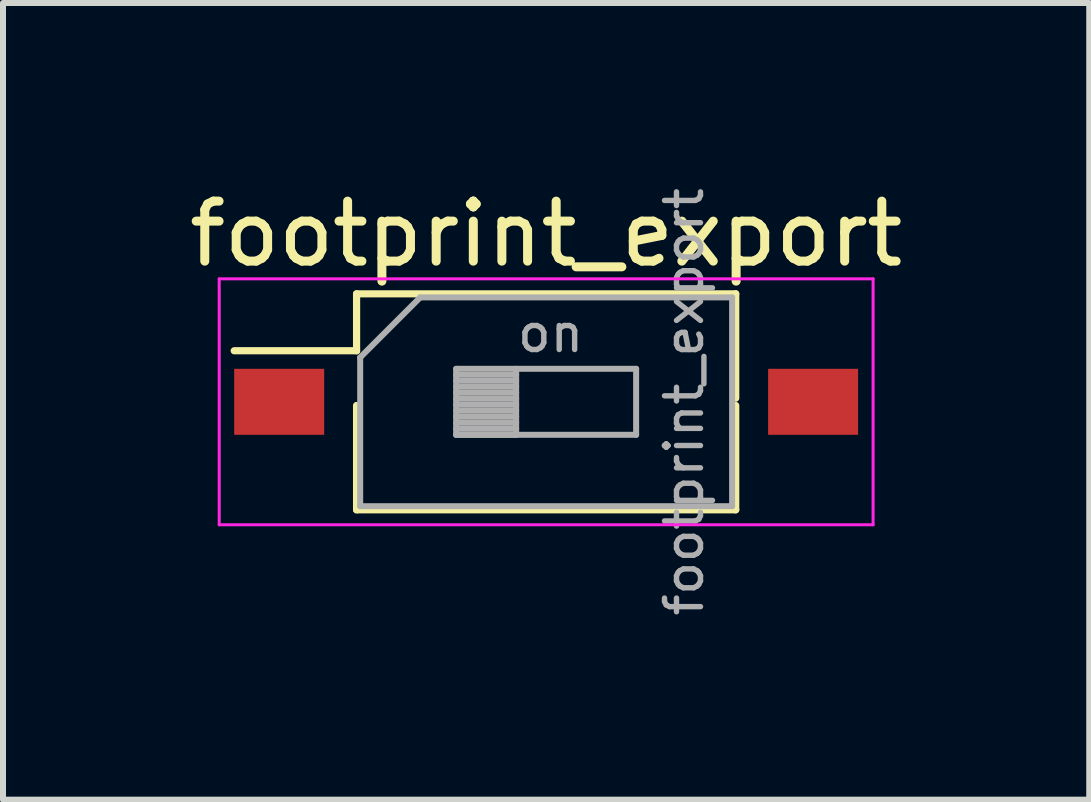
<source format=kicad_pcb>
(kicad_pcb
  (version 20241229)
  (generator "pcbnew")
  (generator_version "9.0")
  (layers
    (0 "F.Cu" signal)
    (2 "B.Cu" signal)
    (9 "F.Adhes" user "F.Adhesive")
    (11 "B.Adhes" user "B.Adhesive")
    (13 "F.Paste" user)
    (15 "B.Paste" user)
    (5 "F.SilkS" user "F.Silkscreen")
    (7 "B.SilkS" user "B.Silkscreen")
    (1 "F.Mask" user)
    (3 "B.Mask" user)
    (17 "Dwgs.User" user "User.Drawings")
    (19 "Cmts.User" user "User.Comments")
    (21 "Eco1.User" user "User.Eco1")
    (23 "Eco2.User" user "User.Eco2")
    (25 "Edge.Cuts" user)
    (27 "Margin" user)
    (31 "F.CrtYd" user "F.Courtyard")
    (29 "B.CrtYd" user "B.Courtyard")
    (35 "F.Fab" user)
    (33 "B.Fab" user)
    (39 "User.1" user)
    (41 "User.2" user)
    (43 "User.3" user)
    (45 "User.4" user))
  (footprint "footprint_export"
    (layer "F.Cu")
    (at 6.054 3.648)
    (property "Reference" "footprint_export" (at 0 -2.8 0) (layer "F.SilkS") (effects (font (size 1 1) (thickness 0.15))))
    (attr smd)
    (fp_line (start -5.2 -0.851) (end -3.16 -0.851) (stroke (width 0.12) (type solid)) (layer "F.SilkS"))
    (fp_line (start -3.16 -1.8) (end -3.16 -0.851) (stroke (width 0.12) (type solid)) (layer "F.SilkS"))
    (fp_line (start -3.16 -1.8) (end 3.16 -1.8) (stroke (width 0.12) (type solid)) (layer "F.SilkS"))
    (fp_line (start -3.16 0.061) (end -3.16 1.8) (stroke (width 0.12) (type solid)) (layer "F.SilkS"))
    (fp_line (start -3.16 1.8) (end 3.16 1.8) (stroke (width 0.12) (type solid)) (layer "F.SilkS"))
    (fp_line (start 3.16 -1.8) (end 3.16 -0.061) (stroke (width 0.12) (type solid)) (layer "F.SilkS"))
    (fp_line (start 3.16 0.061) (end 3.16 1.8) (stroke (width 0.12) (type solid)) (layer "F.SilkS"))
    (fp_line (start -5.45 -2.05) (end -5.45 2.05) (stroke (width 0.05) (type solid)) (layer "F.CrtYd"))
    (fp_line (start -5.45 2.05) (end 5.45 2.05) (stroke (width 0.05) (type solid)) (layer "F.CrtYd"))
    (fp_line (start 5.45 -2.05) (end -5.45 -2.05) (stroke (width 0.05) (type solid)) (layer "F.CrtYd"))
    (fp_line (start 5.45 2.05) (end 5.45 -2.05) (stroke (width 0.05) (type solid)) (layer "F.CrtYd"))
    (fp_line (start -3.1 -0.74) (end -2.1 -1.74) (stroke (width 0.1) (type solid)) (layer "F.Fab"))
    (fp_line (start -3.1 1.74) (end -3.1 -0.74) (stroke (width 0.1) (type solid)) (layer "F.Fab"))
    (fp_line (start -2.1 -1.74) (end 3.1 -1.74) (stroke (width 0.1) (type solid)) (layer "F.Fab"))
    (fp_line (start -1.5 -0.55) (end -1.5 0.55) (stroke (width 0.1) (type solid)) (layer "F.Fab"))
    (fp_line (start -1.5 -0.45) (end -0.5 -0.45) (stroke (width 0.1) (type solid)) (layer "F.Fab"))
    (fp_line (start -1.5 -0.35) (end -0.5 -0.35) (stroke (width 0.1) (type solid)) (layer "F.Fab"))
    (fp_line (start -1.5 -0.25) (end -0.5 -0.25) (stroke (width 0.1) (type solid)) (layer "F.Fab"))
    (fp_line (start -1.5 -0.15) (end -0.5 -0.15) (stroke (width 0.1) (type solid)) (layer "F.Fab"))
    (fp_line (start -1.5 -0.05) (end -0.5 -0.05) (stroke (width 0.1) (type solid)) (layer "F.Fab"))
    (fp_line (start -1.5 0.05) (end -0.5 0.05) (stroke (width 0.1) (type solid)) (layer "F.Fab"))
    (fp_line (start -1.5 0.15) (end -0.5 0.15) (stroke (width 0.1) (type solid)) (layer "F.Fab"))
    (fp_line (start -1.5 0.25) (end -0.5 0.25) (stroke (width 0.1) (type solid)) (layer "F.Fab"))
    (fp_line (start -1.5 0.35) (end -0.5 0.35) (stroke (width 0.1) (type solid)) (layer "F.Fab"))
    (fp_line (start -1.5 0.45) (end -0.5 0.45) (stroke (width 0.1) (type solid)) (layer "F.Fab"))
    (fp_line (start -1.5 0.55) (end -0.5 0.55) (stroke (width 0.1) (type solid)) (layer "F.Fab"))
    (fp_line (start -1.5 0.55) (end 1.5 0.55) (stroke (width 0.1) (type solid)) (layer "F.Fab"))
    (fp_line (start -0.5 -0.55) (end -0.5 0.55) (stroke (width 0.1) (type solid)) (layer "F.Fab"))
    (fp_line (start 1.5 -0.55) (end -1.5 -0.55) (stroke (width 0.1) (type solid)) (layer "F.Fab"))
    (fp_line (start 1.5 0.55) (end 1.5 -0.55) (stroke (width 0.1) (type solid)) (layer "F.Fab"))
    (fp_line (start 3.1 -1.74) (end 3.1 1.74) (stroke (width 0.1) (type solid)) (layer "F.Fab"))
    (fp_line (start 3.1 1.74) (end -3.1 1.74) (stroke (width 0.1) (type solid)) (layer "F.Fab"))
    (fp_text user "${REFERENCE}" (at 2.3 0 90) (layer "F.Fab") (effects (font (size 0.6 0.6) (thickness 0.09))))
    (fp_text user "on" (at 0.075 -1.145 0) (layer "F.Fab") (effects (font (size 0.6 0.6) (thickness 0.09))))
    (pad "1" smd rect (at -4.45 0) (size 1.5 1.1) (layers "F.Cu" "F.Mask" "F.Paste"))
    (pad "2" smd rect (at 4.45 0) (size 1.5 1.1) (layers "F.Cu" "F.Mask" "F.Paste")))
  (gr_rect
    (start -3 -3)
    (end 15.107 10.28)
    (stroke (width 0.1) (type default))
    (fill no)
    (layer "Edge.Cuts")))
</source>
